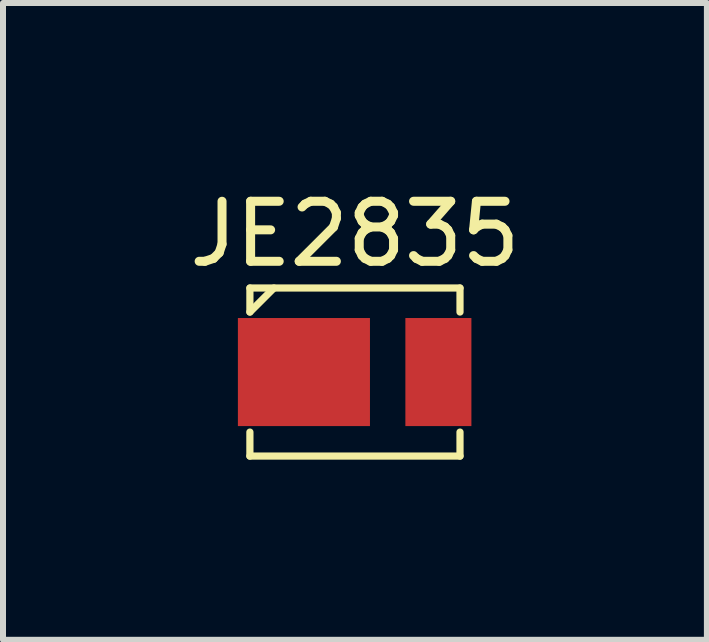
<source format=kicad_pcb>
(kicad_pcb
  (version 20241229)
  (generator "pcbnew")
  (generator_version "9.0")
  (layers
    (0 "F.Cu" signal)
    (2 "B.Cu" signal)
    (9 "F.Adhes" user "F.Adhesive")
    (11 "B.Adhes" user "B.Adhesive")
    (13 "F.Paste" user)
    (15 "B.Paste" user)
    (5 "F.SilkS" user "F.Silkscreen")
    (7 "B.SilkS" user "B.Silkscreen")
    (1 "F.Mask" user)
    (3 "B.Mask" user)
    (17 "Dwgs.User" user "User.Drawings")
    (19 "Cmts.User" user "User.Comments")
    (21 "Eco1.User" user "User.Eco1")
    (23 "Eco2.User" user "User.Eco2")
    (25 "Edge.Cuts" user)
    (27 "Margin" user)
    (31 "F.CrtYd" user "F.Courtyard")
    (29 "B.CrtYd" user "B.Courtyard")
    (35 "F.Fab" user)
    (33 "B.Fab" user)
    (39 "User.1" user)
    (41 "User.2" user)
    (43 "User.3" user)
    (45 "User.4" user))
  (footprint "JE2835"
    (layer "F.Cu")
    (at 2.863 3.148)
    (property "Reference" "JE2835" (at 0 -2.3 0) (unlocked yes) (layer "F.SilkS") (effects (font (size 1 1) (thickness 0.15))))
    (attr smd)
    (fp_line (start -1.75 -1.4) (end -1.75 -1) (stroke (width 0.12) (type solid)) (layer "F.SilkS"))
    (fp_line (start -1.75 -1.4) (end 1.75 -1.4) (stroke (width 0.12) (type solid)) (layer "F.SilkS"))
    (fp_line (start -1.75 -1) (end -1.35 -1.4) (stroke (width 0.12) (type solid)) (layer "F.SilkS"))
    (fp_line (start -1.75 1.4) (end -1.75 1) (stroke (width 0.12) (type solid)) (layer "F.SilkS"))
    (fp_line (start -1.75 1.4) (end 1.75 1.4) (stroke (width 0.12) (type solid)) (layer "F.SilkS"))
    (fp_line (start 1.75 -1.4) (end 1.75 -1) (stroke (width 0.12) (type solid)) (layer "F.SilkS"))
    (fp_line (start 1.75 1.4) (end 1.75 1) (stroke (width 0.12) (type solid)) (layer "F.SilkS"))
    (pad "1" smd rect (at 1.39 0) (size 1.1 1.8) (layers "F.Cu" "F.Mask" "F.Paste"))
    (pad "2" smd rect (at -0.85 0) (size 2.2 1.8) (layers "F.Cu" "F.Mask" "F.Paste")))
  (gr_rect
    (start -3 -3)
    (end 8.726 7.608)
    (stroke (width 0.1) (type default))
    (fill no)
    (layer "Edge.Cuts")))
</source>
